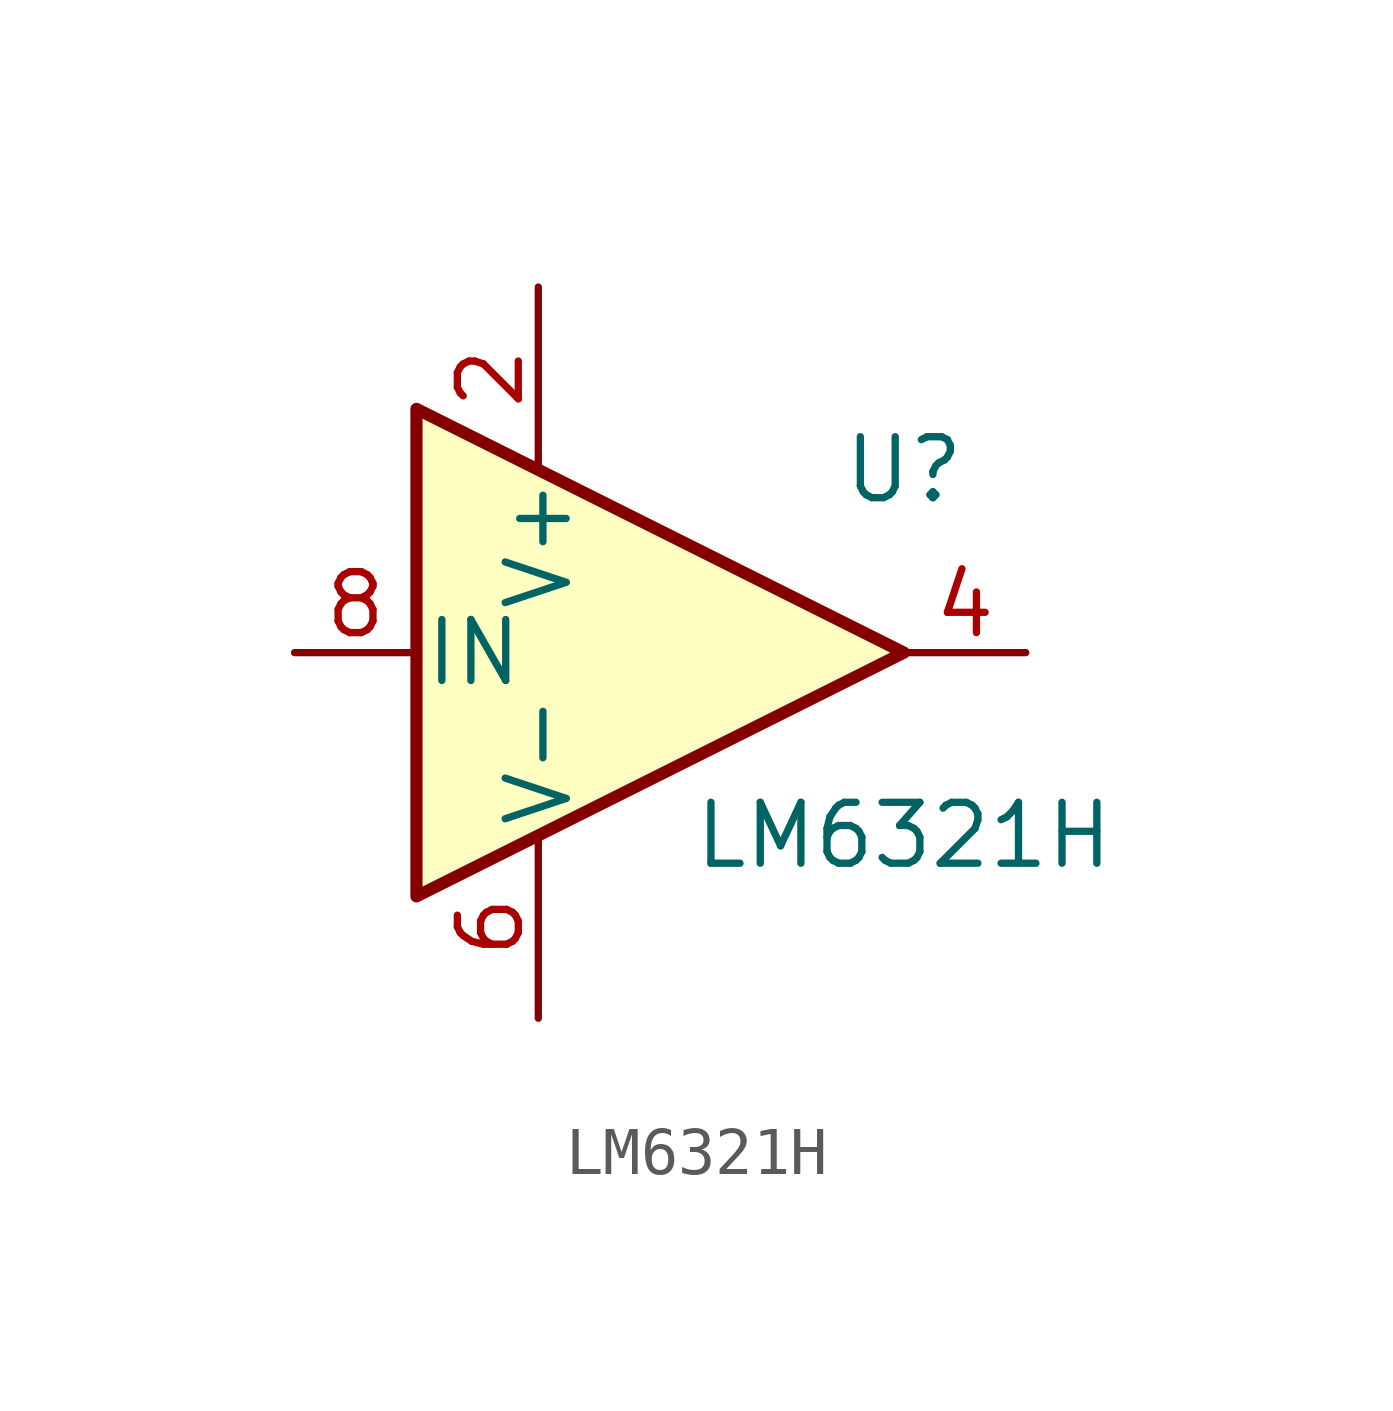
<source format=kicad_sym>
(kicad_symbol_lib
  (version 20231120)
  (generator "kicad_symbol_editor")
  (generator_version "8.0")
  (symbol "LM6321H"
    (pin_names
      (offset 0.127))
    (property "Reference" "U"
      (at 5.08 3.81 0)
      (effects (font (size 1.27 1.27))))
    (property "Value" "LM6321H"
      (at 5.08 -3.81 0)
      (effects (font (size 1.27 1.27))))
    (symbol "LM6321H_0_1"
      (polyline (pts (xy 5.08 0) (xy -5.08 5.08) (xy -5.08 -5.08) (xy 5.08 0)) (stroke (width 0.254) (type default)) (fill (type background))))
    (symbol "LM6321H_1_1"
      (pin no_connect line (at -2.54 2.54 270) (length 2.54) hide (name "NC" (effects (font (size 1.27 1.27)))) (number "1" (effects (font (size 1.27 1.27)))))
      (pin power_in line (at -2.54 7.62 270) (length 3.81) (name "V+" (effects (font (size 1.27 1.27)))) (number "2" (effects (font (size 1.27 1.27)))))
      (pin no_connect line (at 0 2.54 270) (length 2.54) hide (name "NC" (effects (font (size 1.27 1.27)))) (number "3" (effects (font (size 1.27 1.27)))))
      (pin output line (at 7.62 0 180) (length 2.54) (name "~" (effects (font (size 1.27 1.27)))) (number "4" (effects (font (size 1.27 1.27)))))
      (pin no_connect line (at 0 -2.54 90) (length 2.54) hide (name "NC" (effects (font (size 1.27 1.27)))) (number "5" (effects (font (size 1.27 1.27)))))
      (pin power_in line (at -2.54 -7.62 90) (length 3.81) (name "V-" (effects (font (size 1.27 1.27)))) (number "6" (effects (font (size 1.27 1.27)))))
      (pin no_connect line (at -2.54 -2.54 90) (length 2.54) hide (name "NC" (effects (font (size 1.27 1.27)))) (number "7" (effects (font (size 1.27 1.27)))))
      (pin input line (at -7.62 0 0) (length 2.54) (name "IN" (effects (font (size 1.27 1.27)))) (number "8" (effects (font (size 1.27 1.27))))))))
</source>
